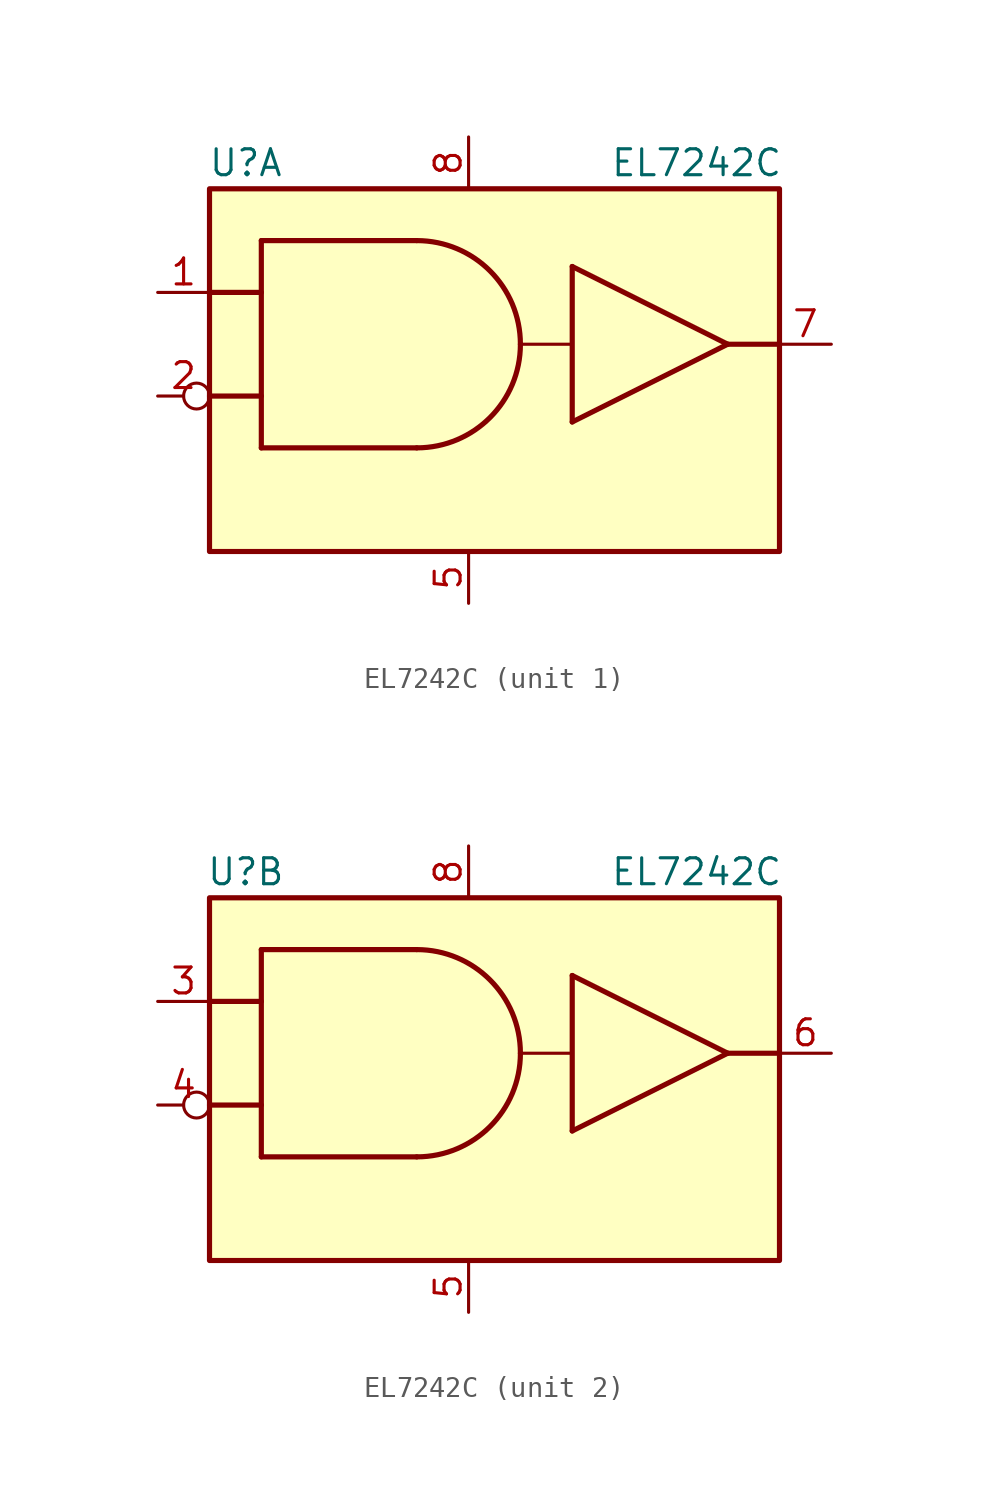
<source format=kicad_sym>
(kicad_symbol_lib
  (version 20200908)
  (generator kicad_symbol_editor)
  (symbol "Interface_LineDriver:EL7242C"
    (pin_names
      (offset 0.762) hide)
    (property "Reference" "U"
      (at -10.922 8.89 0)
      (effects (font (size 1.27 1.27))))
    (property "Value" "EL7242C"
      (at 11.176 8.89 0)
      (effects (font (size 1.27 1.27))))
    (symbol "EL7242C_0_1"
      (arc (start -2.54 5.08) (end 2.54 0) (radius (at -2.54 0) (length 5.08) (angles 89.9 0.1)) (stroke (width 0.254)) (fill (type none)))
      (arc (start -2.54 -5.08) (end 2.54 0) (radius (at -2.54 0) (length 5.08) (angles -90.1 0.1)) (stroke (width 0.254)) (fill (type none)))
      (rectangle (start -12.7 7.62) (end 15.24 -10.16) (stroke (width 0.254)) (fill (type background)))
      (polyline (pts (xy -12.7 -2.54) (xy -10.16 -2.54)) (stroke (width 0.254)) (fill (type none)))
      (polyline (pts (xy -12.7 2.54) (xy -10.16 2.54)) (stroke (width 0.254)) (fill (type none)))
      (polyline (pts (xy -10.16 -5.08) (xy -2.54 -5.08)) (stroke (width 0.254)) (fill (type none)))
      (polyline (pts (xy -10.16 5.08) (xy -10.16 -5.08)) (stroke (width 0.254)) (fill (type none)))
      (polyline (pts (xy -2.54 5.08) (xy -10.16 5.08)) (stroke (width 0.254)) (fill (type none)))
      (polyline (pts (xy 5.08 -3.81) (xy 12.7 0)) (stroke (width 0.254)) (fill (type none)))
      (polyline (pts (xy 5.08 0) (xy 2.54 0)) (stroke (width 0)) (fill (type none)))
      (polyline (pts (xy 5.08 3.81) (xy 5.08 -3.81)) (stroke (width 0.254)) (fill (type none)))
      (polyline (pts (xy 12.7 0) (xy 5.08 3.81)) (stroke (width 0.254)) (fill (type none)))
      (polyline (pts (xy 12.7 0) (xy 15.24 0)) (stroke (width 0.254)) (fill (type none))))
    (symbol "EL7242C_0_0"
      (pin power_in line (at 0 -12.7 90) (length 2.54) (name "GND" (effects (font (size 1.27 1.27)))) (number "5" (effects (font (size 1.27 1.27)))))
      (pin power_in line (at 0 10.16 270) (length 2.54) (name "V+" (effects (font (size 1.27 1.27)))) (number "8" (effects (font (size 1.27 1.27))))))
    (symbol "EL7242C_1_1"
      (pin input line (at -15.24 2.54 0) (length 2.54) (name "IN1" (effects (font (size 1.27 1.27)))) (number "1" (effects (font (size 1.27 1.27)))))
      (pin input inverted (at -15.24 -2.54 0) (length 2.54) (name "IN" (effects (font (size 1.27 1.27)))) (number "2" (effects (font (size 1.27 1.27)))))
      (pin output line (at 17.78 0 180) (length 2.54) (name "OUT" (effects (font (size 1.27 1.27)))) (number "7" (effects (font (size 1.27 1.27))))))
    (symbol "EL7242C_2_1"
      (pin input line (at -15.24 2.54 0) (length 2.54) (name "IN1" (effects (font (size 1.27 1.27)))) (number "3" (effects (font (size 1.27 1.27)))))
      (pin input inverted (at -15.24 -2.54 0) (length 2.54) (name "IN" (effects (font (size 1.27 1.27)))) (number "4" (effects (font (size 1.27 1.27)))))
      (pin output line (at 17.78 0 180) (length 2.54) (name "OUT" (effects (font (size 1.27 1.27)))) (number "6" (effects (font (size 1.27 1.27))))))))
</source>
